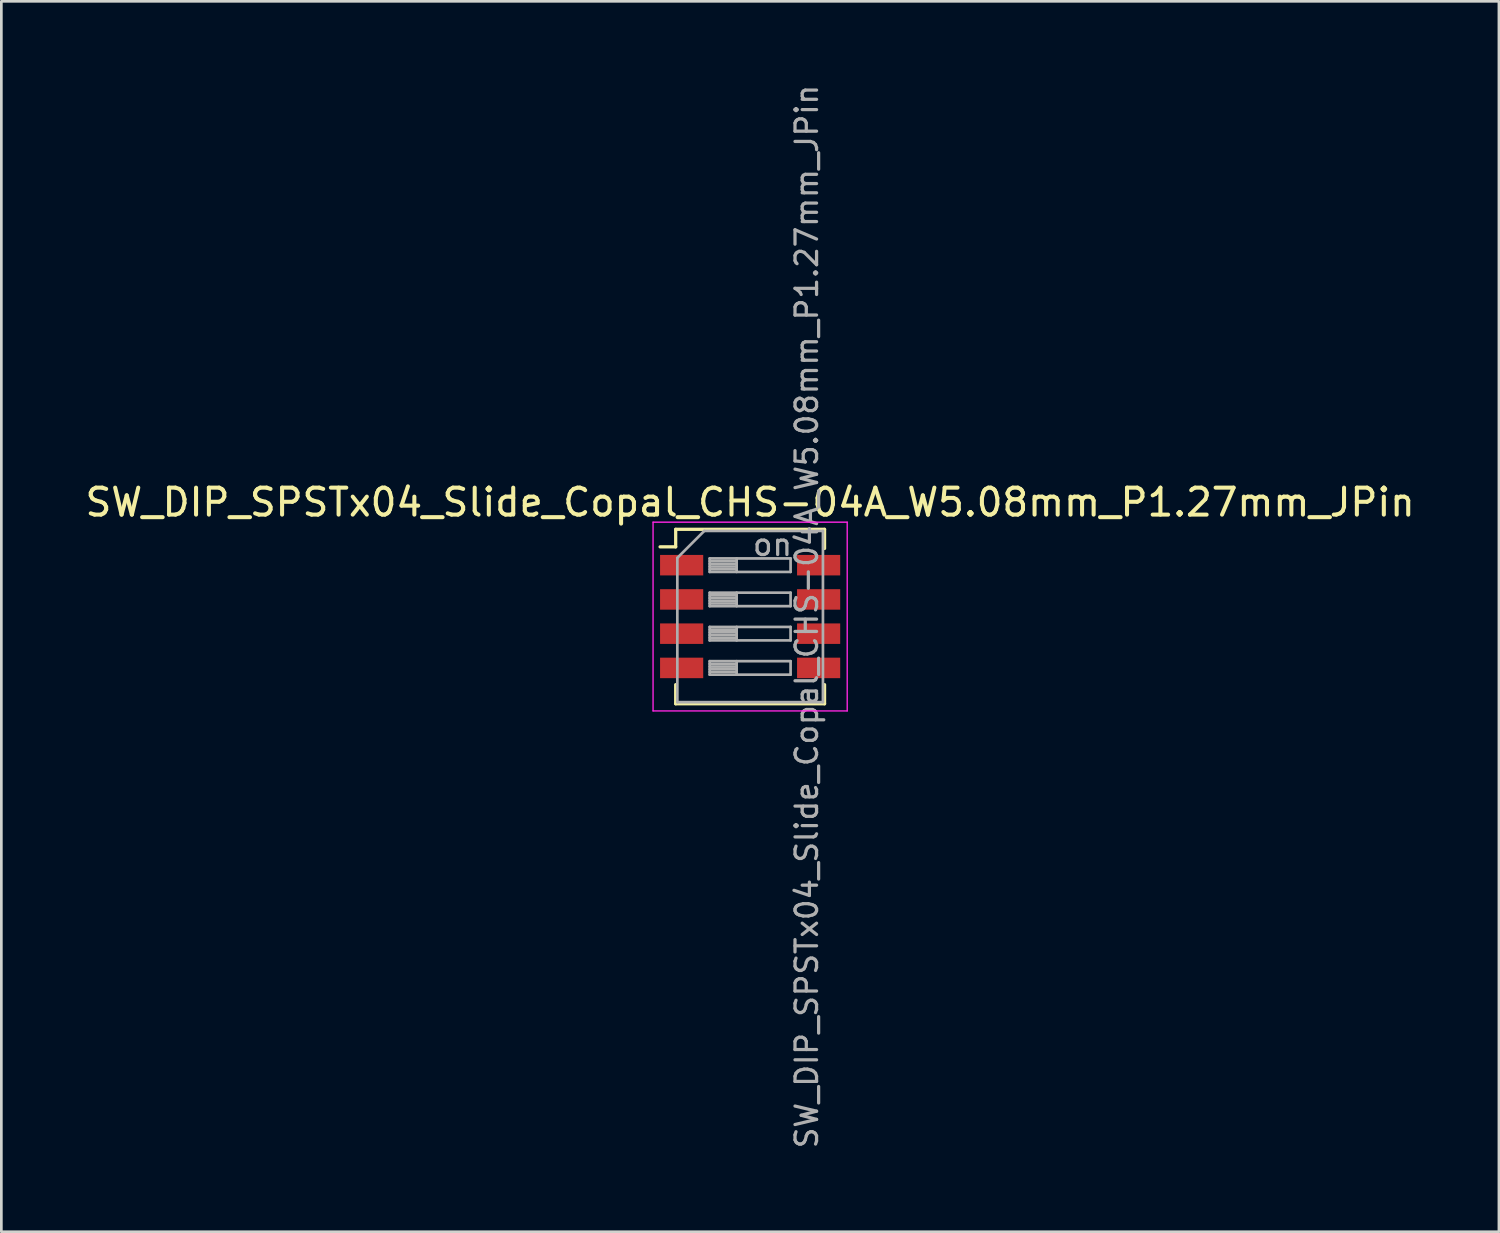
<source format=kicad_pcb>
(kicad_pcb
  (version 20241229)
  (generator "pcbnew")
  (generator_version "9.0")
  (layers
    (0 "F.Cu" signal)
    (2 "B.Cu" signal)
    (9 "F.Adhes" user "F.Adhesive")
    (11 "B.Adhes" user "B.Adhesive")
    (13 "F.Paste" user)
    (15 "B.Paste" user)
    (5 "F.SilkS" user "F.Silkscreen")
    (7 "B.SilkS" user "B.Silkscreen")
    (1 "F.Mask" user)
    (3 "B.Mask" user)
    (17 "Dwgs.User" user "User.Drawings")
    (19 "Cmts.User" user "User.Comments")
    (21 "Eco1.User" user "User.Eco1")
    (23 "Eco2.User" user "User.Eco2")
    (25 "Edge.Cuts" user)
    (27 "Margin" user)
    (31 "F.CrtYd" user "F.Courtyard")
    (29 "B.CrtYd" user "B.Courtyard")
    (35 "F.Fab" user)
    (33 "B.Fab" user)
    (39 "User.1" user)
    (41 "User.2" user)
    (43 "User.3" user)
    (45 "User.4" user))
  (footprint "SW_DIP_SPSTx04_Slide_Copal_CHS-04A_W5.08mm_P1.27mm_JPin"
    (layer "F.Cu")
    (at 24.768 19.814)
    (property "Reference" "SW_DIP_SPSTx04_Slide_Copal_CHS-04A_W5.08mm_P1.27mm_JPin" (at 0 -4.235 0) (layer "F.SilkS") (effects (font (size 1 1) (thickness 0.15))))
    (attr smd)
    (fp_line (start -3.34 -2.585) (end -2.761 -2.585) (stroke (width 0.12) (type solid)) (layer "F.SilkS"))
    (fp_line (start -2.761 -3.235) (end -2.761 -2.585) (stroke (width 0.12) (type solid)) (layer "F.SilkS"))
    (fp_line (start -2.761 -3.235) (end 2.76 -3.235) (stroke (width 0.12) (type solid)) (layer "F.SilkS"))
    (fp_line (start -2.761 2.525) (end -2.761 3.235) (stroke (width 0.12) (type solid)) (layer "F.SilkS"))
    (fp_line (start -2.761 3.235) (end 2.76 3.235) (stroke (width 0.12) (type solid)) (layer "F.SilkS"))
    (fp_line (start 2.76 -3.235) (end 2.76 -2.525) (stroke (width 0.12) (type solid)) (layer "F.SilkS"))
    (fp_line (start 2.76 2.525) (end 2.76 3.235) (stroke (width 0.12) (type solid)) (layer "F.SilkS"))
    (fp_line (start -3.6 -3.5) (end -3.6 3.5) (stroke (width 0.05) (type solid)) (layer "F.CrtYd"))
    (fp_line (start -3.6 3.5) (end 3.6 3.5) (stroke (width 0.05) (type solid)) (layer "F.CrtYd"))
    (fp_line (start 3.6 -3.5) (end -3.6 -3.5) (stroke (width 0.05) (type solid)) (layer "F.CrtYd"))
    (fp_line (start 3.6 3.5) (end 3.6 -3.5) (stroke (width 0.05) (type solid)) (layer "F.CrtYd"))
    (fp_line (start -2.7 -2.175) (end -1.7 -3.175) (stroke (width 0.1) (type solid)) (layer "F.Fab"))
    (fp_line (start -2.7 3.175) (end -2.7 -2.175) (stroke (width 0.1) (type solid)) (layer "F.Fab"))
    (fp_line (start -1.7 -3.175) (end 2.7 -3.175) (stroke (width 0.1) (type solid)) (layer "F.Fab"))
    (fp_line (start -1.5 -2.155) (end -1.5 -1.655) (stroke (width 0.1) (type solid)) (layer "F.Fab"))
    (fp_line (start -1.5 -2.055) (end -0.5 -2.055) (stroke (width 0.1) (type solid)) (layer "F.Fab"))
    (fp_line (start -1.5 -1.955) (end -0.5 -1.955) (stroke (width 0.1) (type solid)) (layer "F.Fab"))
    (fp_line (start -1.5 -1.855) (end -0.5 -1.855) (stroke (width 0.1) (type solid)) (layer "F.Fab"))
    (fp_line (start -1.5 -1.755) (end -0.5 -1.755) (stroke (width 0.1) (type solid)) (layer "F.Fab"))
    (fp_line (start -1.5 -1.655) (end 1.5 -1.655) (stroke (width 0.1) (type solid)) (layer "F.Fab"))
    (fp_line (start -1.5 -0.885) (end -1.5 -0.385) (stroke (width 0.1) (type solid)) (layer "F.Fab"))
    (fp_line (start -1.5 -0.785) (end -0.5 -0.785) (stroke (width 0.1) (type solid)) (layer "F.Fab"))
    (fp_line (start -1.5 -0.685) (end -0.5 -0.685) (stroke (width 0.1) (type solid)) (layer "F.Fab"))
    (fp_line (start -1.5 -0.585) (end -0.5 -0.585) (stroke (width 0.1) (type solid)) (layer "F.Fab"))
    (fp_line (start -1.5 -0.485) (end -0.5 -0.485) (stroke (width 0.1) (type solid)) (layer "F.Fab"))
    (fp_line (start -1.5 -0.385) (end 1.5 -0.385) (stroke (width 0.1) (type solid)) (layer "F.Fab"))
    (fp_line (start -1.5 0.385) (end -1.5 0.885) (stroke (width 0.1) (type solid)) (layer "F.Fab"))
    (fp_line (start -1.5 0.485) (end -0.5 0.485) (stroke (width 0.1) (type solid)) (layer "F.Fab"))
    (fp_line (start -1.5 0.585) (end -0.5 0.585) (stroke (width 0.1) (type solid)) (layer "F.Fab"))
    (fp_line (start -1.5 0.685) (end -0.5 0.685) (stroke (width 0.1) (type solid)) (layer "F.Fab"))
    (fp_line (start -1.5 0.785) (end -0.5 0.785) (stroke (width 0.1) (type solid)) (layer "F.Fab"))
    (fp_line (start -1.5 0.885) (end 1.5 0.885) (stroke (width 0.1) (type solid)) (layer "F.Fab"))
    (fp_line (start -1.5 1.655) (end -1.5 2.155) (stroke (width 0.1) (type solid)) (layer "F.Fab"))
    (fp_line (start -1.5 1.755) (end -0.5 1.755) (stroke (width 0.1) (type solid)) (layer "F.Fab"))
    (fp_line (start -1.5 1.855) (end -0.5 1.855) (stroke (width 0.1) (type solid)) (layer "F.Fab"))
    (fp_line (start -1.5 1.955) (end -0.5 1.955) (stroke (width 0.1) (type solid)) (layer "F.Fab"))
    (fp_line (start -1.5 2.055) (end -0.5 2.055) (stroke (width 0.1) (type solid)) (layer "F.Fab"))
    (fp_line (start -1.5 2.155) (end 1.5 2.155) (stroke (width 0.1) (type solid)) (layer "F.Fab"))
    (fp_line (start -0.5 -2.155) (end -0.5 -1.655) (stroke (width 0.1) (type solid)) (layer "F.Fab"))
    (fp_line (start -0.5 -0.885) (end -0.5 -0.385) (stroke (width 0.1) (type solid)) (layer "F.Fab"))
    (fp_line (start -0.5 0.385) (end -0.5 0.885) (stroke (width 0.1) (type solid)) (layer "F.Fab"))
    (fp_line (start -0.5 1.655) (end -0.5 2.155) (stroke (width 0.1) (type solid)) (layer "F.Fab"))
    (fp_line (start 1.5 -2.155) (end -1.5 -2.155) (stroke (width 0.1) (type solid)) (layer "F.Fab"))
    (fp_line (start 1.5 -1.655) (end 1.5 -2.155) (stroke (width 0.1) (type solid)) (layer "F.Fab"))
    (fp_line (start 1.5 -0.885) (end -1.5 -0.885) (stroke (width 0.1) (type solid)) (layer "F.Fab"))
    (fp_line (start 1.5 -0.385) (end 1.5 -0.885) (stroke (width 0.1) (type solid)) (layer "F.Fab"))
    (fp_line (start 1.5 0.385) (end -1.5 0.385) (stroke (width 0.1) (type solid)) (layer "F.Fab"))
    (fp_line (start 1.5 0.885) (end 1.5 0.385) (stroke (width 0.1) (type solid)) (layer "F.Fab"))
    (fp_line (start 1.5 1.655) (end -1.5 1.655) (stroke (width 0.1) (type solid)) (layer "F.Fab"))
    (fp_line (start 1.5 2.155) (end 1.5 1.655) (stroke (width 0.1) (type solid)) (layer "F.Fab"))
    (fp_line (start 2.7 -3.175) (end 2.7 3.175) (stroke (width 0.1) (type solid)) (layer "F.Fab"))
    (fp_line (start 2.7 3.175) (end -2.7 3.175) (stroke (width 0.1) (type solid)) (layer "F.Fab"))
    (fp_text user "${REFERENCE}" (at 2.1 0 90) (layer "F.Fab") (effects (font (size 0.8 0.8) (thickness 0.12))))
    (fp_text user "on" (at 0.83 -2.665 0) (layer "F.Fab") (effects (font (size 0.8 0.8) (thickness 0.12))))
    (pad "1" smd rect (at -2.54 -1.905) (size 1.6 0.76) (layers "F.Cu" "F.Mask" "F.Paste"))
    (pad "2" smd rect (at -2.54 -0.635) (size 1.6 0.76) (layers "F.Cu" "F.Mask" "F.Paste"))
    (pad "3" smd rect (at -2.54 0.635) (size 1.6 0.76) (layers "F.Cu" "F.Mask" "F.Paste"))
    (pad "4" smd rect (at -2.54 1.905) (size 1.6 0.76) (layers "F.Cu" "F.Mask" "F.Paste"))
    (pad "5" smd rect (at 2.54 1.905) (size 1.6 0.76) (layers "F.Cu" "F.Mask" "F.Paste"))
    (pad "6" smd rect (at 2.54 0.635) (size 1.6 0.76) (layers "F.Cu" "F.Mask" "F.Paste"))
    (pad "7" smd rect (at 2.54 -0.635) (size 1.6 0.76) (layers "F.Cu" "F.Mask" "F.Paste"))
    (pad "8" smd rect (at 2.54 -1.905) (size 1.6 0.76) (layers "F.Cu" "F.Mask" "F.Paste")))
  (gr_rect
    (start -3 -3)
    (end 52.536 42.629)
    (stroke (width 0.1) (type default))
    (fill no)
    (layer "Edge.Cuts")))
</source>
